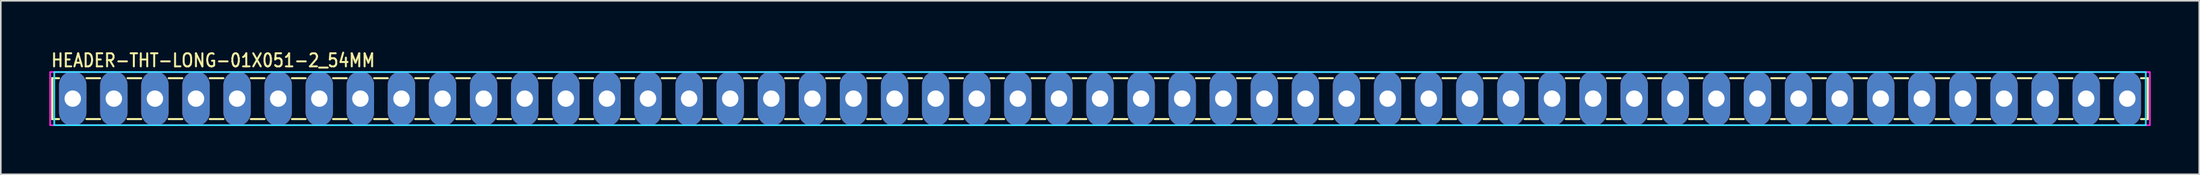
<source format=kicad_pcb>
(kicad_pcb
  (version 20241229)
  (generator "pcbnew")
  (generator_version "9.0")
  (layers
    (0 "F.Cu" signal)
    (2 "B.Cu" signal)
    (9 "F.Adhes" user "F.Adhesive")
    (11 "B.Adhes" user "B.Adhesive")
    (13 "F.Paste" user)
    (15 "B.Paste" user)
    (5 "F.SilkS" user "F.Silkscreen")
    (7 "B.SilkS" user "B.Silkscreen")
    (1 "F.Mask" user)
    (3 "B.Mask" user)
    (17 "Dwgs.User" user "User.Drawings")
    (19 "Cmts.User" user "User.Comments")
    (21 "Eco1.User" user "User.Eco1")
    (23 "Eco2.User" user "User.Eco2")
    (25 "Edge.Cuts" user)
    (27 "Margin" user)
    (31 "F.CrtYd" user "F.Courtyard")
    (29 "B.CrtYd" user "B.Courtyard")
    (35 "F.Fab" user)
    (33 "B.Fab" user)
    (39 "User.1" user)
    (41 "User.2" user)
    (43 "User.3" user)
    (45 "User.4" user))
  (footprint "HEADER-THT-LONG-01X051-2_54MM"
    (layer "F.Cu")
    (at 1.447 3.079)
    (property "Reference" "HEADER-THT-LONG-01X051-2_54MM" (at -1.4 -1.9 0) (unlocked yes) (layer "F.SilkS") (effects (font (size 0.813 0.695) (thickness 0.122)) (justify left bottom)))
    (fp_line (start -1.27 -1.27) (end -1.27 1.27) (stroke (width 0.127) (type solid)) (layer "F.SilkS"))
    (fp_line (start -1.27 1.27) (end -0.85 1.27) (stroke (width 0.127) (type solid)) (layer "F.SilkS"))
    (fp_line (start -0.85 -1.27) (end -1.27 -1.27) (stroke (width 0.127) (type solid)) (layer "F.SilkS"))
    (fp_line (start 0.85 -1.27) (end 1.69 -1.27) (stroke (width 0.127) (type solid)) (layer "F.SilkS"))
    (fp_line (start 0.85 1.27) (end 1.69 1.27) (stroke (width 0.127) (type solid)) (layer "F.SilkS"))
    (fp_line (start 3.39 -1.27) (end 4.23 -1.27) (stroke (width 0.127) (type solid)) (layer "F.SilkS"))
    (fp_line (start 3.39 1.27) (end 4.23 1.27) (stroke (width 0.127) (type solid)) (layer "F.SilkS"))
    (fp_line (start 5.93 -1.27) (end 6.77 -1.27) (stroke (width 0.127) (type solid)) (layer "F.SilkS"))
    (fp_line (start 5.93 1.27) (end 6.77 1.27) (stroke (width 0.127) (type solid)) (layer "F.SilkS"))
    (fp_line (start 8.47 -1.27) (end 9.31 -1.27) (stroke (width 0.127) (type solid)) (layer "F.SilkS"))
    (fp_line (start 8.47 1.27) (end 9.31 1.27) (stroke (width 0.127) (type solid)) (layer "F.SilkS"))
    (fp_line (start 11.01 -1.27) (end 11.85 -1.27) (stroke (width 0.127) (type solid)) (layer "F.SilkS"))
    (fp_line (start 11.01 1.27) (end 11.85 1.27) (stroke (width 0.127) (type solid)) (layer "F.SilkS"))
    (fp_line (start 13.55 -1.27) (end 14.39 -1.27) (stroke (width 0.127) (type solid)) (layer "F.SilkS"))
    (fp_line (start 13.55 1.27) (end 14.39 1.27) (stroke (width 0.127) (type solid)) (layer "F.SilkS"))
    (fp_line (start 16.09 -1.27) (end 16.93 -1.27) (stroke (width 0.127) (type solid)) (layer "F.SilkS"))
    (fp_line (start 16.09 1.27) (end 16.93 1.27) (stroke (width 0.127) (type solid)) (layer "F.SilkS"))
    (fp_line (start 18.63 -1.27) (end 19.47 -1.27) (stroke (width 0.127) (type solid)) (layer "F.SilkS"))
    (fp_line (start 18.63 1.27) (end 19.47 1.27) (stroke (width 0.127) (type solid)) (layer "F.SilkS"))
    (fp_line (start 21.17 -1.27) (end 22.01 -1.27) (stroke (width 0.127) (type solid)) (layer "F.SilkS"))
    (fp_line (start 21.17 1.27) (end 22.01 1.27) (stroke (width 0.127) (type solid)) (layer "F.SilkS"))
    (fp_line (start 23.71 -1.27) (end 24.55 -1.27) (stroke (width 0.127) (type solid)) (layer "F.SilkS"))
    (fp_line (start 23.71 1.27) (end 24.55 1.27) (stroke (width 0.127) (type solid)) (layer "F.SilkS"))
    (fp_line (start 26.25 -1.27) (end 27.09 -1.27) (stroke (width 0.127) (type solid)) (layer "F.SilkS"))
    (fp_line (start 26.25 1.27) (end 27.09 1.27) (stroke (width 0.127) (type solid)) (layer "F.SilkS"))
    (fp_line (start 28.79 -1.27) (end 29.63 -1.27) (stroke (width 0.127) (type solid)) (layer "F.SilkS"))
    (fp_line (start 28.79 1.27) (end 29.63 1.27) (stroke (width 0.127) (type solid)) (layer "F.SilkS"))
    (fp_line (start 31.33 -1.27) (end 32.17 -1.27) (stroke (width 0.127) (type solid)) (layer "F.SilkS"))
    (fp_line (start 31.33 1.27) (end 32.17 1.27) (stroke (width 0.127) (type solid)) (layer "F.SilkS"))
    (fp_line (start 33.87 -1.27) (end 34.71 -1.27) (stroke (width 0.127) (type solid)) (layer "F.SilkS"))
    (fp_line (start 33.87 1.27) (end 34.71 1.27) (stroke (width 0.127) (type solid)) (layer "F.SilkS"))
    (fp_line (start 36.41 -1.27) (end 37.25 -1.27) (stroke (width 0.127) (type solid)) (layer "F.SilkS"))
    (fp_line (start 36.41 1.27) (end 37.25 1.27) (stroke (width 0.127) (type solid)) (layer "F.SilkS"))
    (fp_line (start 38.95 -1.27) (end 39.79 -1.27) (stroke (width 0.127) (type solid)) (layer "F.SilkS"))
    (fp_line (start 38.95 1.27) (end 39.79 1.27) (stroke (width 0.127) (type solid)) (layer "F.SilkS"))
    (fp_line (start 41.49 -1.27) (end 42.33 -1.27) (stroke (width 0.127) (type solid)) (layer "F.SilkS"))
    (fp_line (start 41.49 1.27) (end 42.33 1.27) (stroke (width 0.127) (type solid)) (layer "F.SilkS"))
    (fp_line (start 44.03 -1.27) (end 44.87 -1.27) (stroke (width 0.127) (type solid)) (layer "F.SilkS"))
    (fp_line (start 44.03 1.27) (end 44.87 1.27) (stroke (width 0.127) (type solid)) (layer "F.SilkS"))
    (fp_line (start 46.57 -1.27) (end 47.41 -1.27) (stroke (width 0.127) (type solid)) (layer "F.SilkS"))
    (fp_line (start 46.57 1.27) (end 47.41 1.27) (stroke (width 0.127) (type solid)) (layer "F.SilkS"))
    (fp_line (start 49.11 -1.27) (end 49.95 -1.27) (stroke (width 0.127) (type solid)) (layer "F.SilkS"))
    (fp_line (start 49.11 1.27) (end 49.95 1.27) (stroke (width 0.127) (type solid)) (layer "F.SilkS"))
    (fp_line (start 51.65 -1.27) (end 52.49 -1.27) (stroke (width 0.127) (type solid)) (layer "F.SilkS"))
    (fp_line (start 51.65 1.27) (end 52.49 1.27) (stroke (width 0.127) (type solid)) (layer "F.SilkS"))
    (fp_line (start 54.19 -1.27) (end 55.03 -1.27) (stroke (width 0.127) (type solid)) (layer "F.SilkS"))
    (fp_line (start 54.19 1.27) (end 55.03 1.27) (stroke (width 0.127) (type solid)) (layer "F.SilkS"))
    (fp_line (start 56.73 -1.27) (end 57.57 -1.27) (stroke (width 0.127) (type solid)) (layer "F.SilkS"))
    (fp_line (start 56.73 1.27) (end 57.57 1.27) (stroke (width 0.127) (type solid)) (layer "F.SilkS"))
    (fp_line (start 59.27 -1.27) (end 60.11 -1.27) (stroke (width 0.127) (type solid)) (layer "F.SilkS"))
    (fp_line (start 59.27 1.27) (end 60.11 1.27) (stroke (width 0.127) (type solid)) (layer "F.SilkS"))
    (fp_line (start 61.81 -1.27) (end 62.65 -1.27) (stroke (width 0.127) (type solid)) (layer "F.SilkS"))
    (fp_line (start 61.81 1.27) (end 62.65 1.27) (stroke (width 0.127) (type solid)) (layer "F.SilkS"))
    (fp_line (start 64.35 -1.27) (end 65.19 -1.27) (stroke (width 0.127) (type solid)) (layer "F.SilkS"))
    (fp_line (start 64.35 1.27) (end 65.19 1.27) (stroke (width 0.127) (type solid)) (layer "F.SilkS"))
    (fp_line (start 66.89 -1.27) (end 67.73 -1.27) (stroke (width 0.127) (type solid)) (layer "F.SilkS"))
    (fp_line (start 66.89 1.27) (end 67.73 1.27) (stroke (width 0.127) (type solid)) (layer "F.SilkS"))
    (fp_line (start 69.43 -1.27) (end 70.27 -1.27) (stroke (width 0.127) (type solid)) (layer "F.SilkS"))
    (fp_line (start 69.43 1.27) (end 70.27 1.27) (stroke (width 0.127) (type solid)) (layer "F.SilkS"))
    (fp_line (start 71.97 -1.27) (end 72.81 -1.27) (stroke (width 0.127) (type solid)) (layer "F.SilkS"))
    (fp_line (start 71.97 1.27) (end 72.81 1.27) (stroke (width 0.127) (type solid)) (layer "F.SilkS"))
    (fp_line (start 74.51 -1.27) (end 75.35 -1.27) (stroke (width 0.127) (type solid)) (layer "F.SilkS"))
    (fp_line (start 74.51 1.27) (end 75.35 1.27) (stroke (width 0.127) (type solid)) (layer "F.SilkS"))
    (fp_line (start 77.05 -1.27) (end 77.89 -1.27) (stroke (width 0.127) (type solid)) (layer "F.SilkS"))
    (fp_line (start 77.05 1.27) (end 77.89 1.27) (stroke (width 0.127) (type solid)) (layer "F.SilkS"))
    (fp_line (start 79.59 -1.27) (end 80.43 -1.27) (stroke (width 0.127) (type solid)) (layer "F.SilkS"))
    (fp_line (start 79.59 1.27) (end 80.43 1.27) (stroke (width 0.127) (type solid)) (layer "F.SilkS"))
    (fp_line (start 82.13 -1.27) (end 82.97 -1.27) (stroke (width 0.127) (type solid)) (layer "F.SilkS"))
    (fp_line (start 82.13 1.27) (end 82.97 1.27) (stroke (width 0.127) (type solid)) (layer "F.SilkS"))
    (fp_line (start 84.67 -1.27) (end 85.51 -1.27) (stroke (width 0.127) (type solid)) (layer "F.SilkS"))
    (fp_line (start 84.67 1.27) (end 85.51 1.27) (stroke (width 0.127) (type solid)) (layer "F.SilkS"))
    (fp_line (start 87.21 -1.27) (end 88.05 -1.27) (stroke (width 0.127) (type solid)) (layer "F.SilkS"))
    (fp_line (start 87.21 1.27) (end 88.05 1.27) (stroke (width 0.127) (type solid)) (layer "F.SilkS"))
    (fp_line (start 89.75 -1.27) (end 90.59 -1.27) (stroke (width 0.127) (type solid)) (layer "F.SilkS"))
    (fp_line (start 89.75 1.27) (end 90.59 1.27) (stroke (width 0.127) (type solid)) (layer "F.SilkS"))
    (fp_line (start 92.29 -1.27) (end 93.13 -1.27) (stroke (width 0.127) (type solid)) (layer "F.SilkS"))
    (fp_line (start 92.29 1.27) (end 93.13 1.27) (stroke (width 0.127) (type solid)) (layer "F.SilkS"))
    (fp_line (start 94.83 -1.27) (end 95.67 -1.27) (stroke (width 0.127) (type solid)) (layer "F.SilkS"))
    (fp_line (start 94.83 1.27) (end 95.67 1.27) (stroke (width 0.127) (type solid)) (layer "F.SilkS"))
    (fp_line (start 97.37 -1.27) (end 98.21 -1.27) (stroke (width 0.127) (type solid)) (layer "F.SilkS"))
    (fp_line (start 97.37 1.27) (end 98.21 1.27) (stroke (width 0.127) (type solid)) (layer "F.SilkS"))
    (fp_line (start 99.91 -1.27) (end 100.75 -1.27) (stroke (width 0.127) (type solid)) (layer "F.SilkS"))
    (fp_line (start 99.91 1.27) (end 100.75 1.27) (stroke (width 0.127) (type solid)) (layer "F.SilkS"))
    (fp_line (start 102.45 -1.27) (end 103.29 -1.27) (stroke (width 0.127) (type solid)) (layer "F.SilkS"))
    (fp_line (start 102.45 1.27) (end 103.29 1.27) (stroke (width 0.127) (type solid)) (layer "F.SilkS"))
    (fp_line (start 104.99 -1.27) (end 105.83 -1.27) (stroke (width 0.127) (type solid)) (layer "F.SilkS"))
    (fp_line (start 104.99 1.27) (end 105.83 1.27) (stroke (width 0.127) (type solid)) (layer "F.SilkS"))
    (fp_line (start 107.53 -1.27) (end 108.37 -1.27) (stroke (width 0.127) (type solid)) (layer "F.SilkS"))
    (fp_line (start 107.53 1.27) (end 108.37 1.27) (stroke (width 0.127) (type solid)) (layer "F.SilkS"))
    (fp_line (start 110.07 -1.27) (end 110.91 -1.27) (stroke (width 0.127) (type solid)) (layer "F.SilkS"))
    (fp_line (start 110.07 1.27) (end 110.91 1.27) (stroke (width 0.127) (type solid)) (layer "F.SilkS"))
    (fp_line (start 112.61 -1.27) (end 113.45 -1.27) (stroke (width 0.127) (type solid)) (layer "F.SilkS"))
    (fp_line (start 112.61 1.27) (end 113.45 1.27) (stroke (width 0.127) (type solid)) (layer "F.SilkS"))
    (fp_line (start 115.15 -1.27) (end 115.99 -1.27) (stroke (width 0.127) (type solid)) (layer "F.SilkS"))
    (fp_line (start 115.15 1.27) (end 115.99 1.27) (stroke (width 0.127) (type solid)) (layer "F.SilkS"))
    (fp_line (start 117.69 -1.27) (end 118.53 -1.27) (stroke (width 0.127) (type solid)) (layer "F.SilkS"))
    (fp_line (start 117.69 1.27) (end 118.53 1.27) (stroke (width 0.127) (type solid)) (layer "F.SilkS"))
    (fp_line (start 120.23 -1.27) (end 121.07 -1.27) (stroke (width 0.127) (type solid)) (layer "F.SilkS"))
    (fp_line (start 120.23 1.27) (end 121.07 1.27) (stroke (width 0.127) (type solid)) (layer "F.SilkS"))
    (fp_line (start 122.77 -1.27) (end 123.61 -1.27) (stroke (width 0.127) (type solid)) (layer "F.SilkS"))
    (fp_line (start 122.77 1.27) (end 123.61 1.27) (stroke (width 0.127) (type solid)) (layer "F.SilkS"))
    (fp_line (start 125.31 -1.27) (end 126.15 -1.27) (stroke (width 0.127) (type solid)) (layer "F.SilkS"))
    (fp_line (start 125.31 1.27) (end 126.15 1.27) (stroke (width 0.127) (type solid)) (layer "F.SilkS"))
    (fp_line (start 127.85 -1.27) (end 128.27 -1.27) (stroke (width 0.127) (type solid)) (layer "F.SilkS"))
    (fp_line (start 128.27 -1.27) (end 128.27 1.27) (stroke (width 0.127) (type solid)) (layer "F.SilkS"))
    (fp_line (start 128.27 1.27) (end 127.85 1.27) (stroke (width 0.127) (type solid)) (layer "F.SilkS"))
    (fp_poly (pts (xy -1.143 -1.651) (xy 128.143 -1.651) (xy 128.143 1.651) (xy -1.143 1.651)) (stroke (width 0.1) (type solid)) (fill no) (layer "B.CrtYd"))
    (fp_poly (pts (xy -1.397 -1.651) (xy 128.397 -1.651) (xy 128.397 1.651) (xy -1.397 1.651)) (stroke (width 0.1) (type solid)) (fill no) (layer "F.CrtYd"))
    (pad "P$1" thru_hole oval (at 0 0 90) (size 3.387 1.693) (drill 1.016) (layers "*.Cu" "*.Mask"))
    (pad "P$2" thru_hole oval (at 2.54 0 90) (size 3.387 1.693) (drill 1.016) (layers "*.Cu" "*.Mask"))
    (pad "P$3" thru_hole oval (at 5.08 0 90) (size 3.387 1.693) (drill 1.016) (layers "*.Cu" "*.Mask"))
    (pad "P$4" thru_hole oval (at 7.62 0 90) (size 3.387 1.693) (drill 1.016) (layers "*.Cu" "*.Mask"))
    (pad "P$5" thru_hole oval (at 10.16 0 90) (size 3.387 1.693) (drill 1.016) (layers "*.Cu" "*.Mask"))
    (pad "P$6" thru_hole oval (at 12.7 0 90) (size 3.387 1.693) (drill 1.016) (layers "*.Cu" "*.Mask"))
    (pad "P$7" thru_hole oval (at 15.24 0 90) (size 3.387 1.693) (drill 1.016) (layers "*.Cu" "*.Mask"))
    (pad "P$8" thru_hole oval (at 17.78 0 90) (size 3.387 1.693) (drill 1.016) (layers "*.Cu" "*.Mask"))
    (pad "P$9" thru_hole oval (at 20.32 0 90) (size 3.387 1.693) (drill 1.016) (layers "*.Cu" "*.Mask"))
    (pad "P$10" thru_hole oval (at 22.86 0 90) (size 3.387 1.693) (drill 1.016) (layers "*.Cu" "*.Mask"))
    (pad "P$11" thru_hole oval (at 25.4 0 90) (size 3.387 1.693) (drill 1.016) (layers "*.Cu" "*.Mask"))
    (pad "P$12" thru_hole oval (at 27.94 0 90) (size 3.387 1.693) (drill 1.016) (layers "*.Cu" "*.Mask"))
    (pad "P$13" thru_hole oval (at 30.48 0 90) (size 3.387 1.693) (drill 1.016) (layers "*.Cu" "*.Mask"))
    (pad "P$14" thru_hole oval (at 33.02 0 90) (size 3.387 1.693) (drill 1.016) (layers "*.Cu" "*.Mask"))
    (pad "P$15" thru_hole oval (at 35.56 0 90) (size 3.387 1.693) (drill 1.016) (layers "*.Cu" "*.Mask"))
    (pad "P$16" thru_hole oval (at 38.1 0 90) (size 3.387 1.693) (drill 1.016) (layers "*.Cu" "*.Mask"))
    (pad "P$17" thru_hole oval (at 40.64 0 90) (size 3.387 1.693) (drill 1.016) (layers "*.Cu" "*.Mask"))
    (pad "P$18" thru_hole oval (at 43.18 0 90) (size 3.387 1.693) (drill 1.016) (layers "*.Cu" "*.Mask"))
    (pad "P$19" thru_hole oval (at 45.72 0 90) (size 3.387 1.693) (drill 1.016) (layers "*.Cu" "*.Mask"))
    (pad "P$20" thru_hole oval (at 48.26 0 90) (size 3.387 1.693) (drill 1.016) (layers "*.Cu" "*.Mask"))
    (pad "P$21" thru_hole oval (at 50.8 0 90) (size 3.387 1.693) (drill 1.016) (layers "*.Cu" "*.Mask"))
    (pad "P$22" thru_hole oval (at 53.34 0 90) (size 3.387 1.693) (drill 1.016) (layers "*.Cu" "*.Mask"))
    (pad "P$23" thru_hole oval (at 55.88 0 90) (size 3.387 1.693) (drill 1.016) (layers "*.Cu" "*.Mask"))
    (pad "P$24" thru_hole oval (at 58.42 0 90) (size 3.387 1.693) (drill 1.016) (layers "*.Cu" "*.Mask"))
    (pad "P$25" thru_hole oval (at 60.96 0 90) (size 3.387 1.693) (drill 1.016) (layers "*.Cu" "*.Mask"))
    (pad "P$26" thru_hole oval (at 63.5 0 90) (size 3.387 1.693) (drill 1.016) (layers "*.Cu" "*.Mask"))
    (pad "P$27" thru_hole oval (at 66.04 0 90) (size 3.387 1.693) (drill 1.016) (layers "*.Cu" "*.Mask"))
    (pad "P$28" thru_hole oval (at 68.58 0 90) (size 3.387 1.693) (drill 1.016) (layers "*.Cu" "*.Mask"))
    (pad "P$29" thru_hole oval (at 71.12 0 90) (size 3.387 1.693) (drill 1.016) (layers "*.Cu" "*.Mask"))
    (pad "P$30" thru_hole oval (at 73.66 0 90) (size 3.387 1.693) (drill 1.016) (layers "*.Cu" "*.Mask"))
    (pad "P$31" thru_hole oval (at 76.2 0 90) (size 3.387 1.693) (drill 1.016) (layers "*.Cu" "*.Mask"))
    (pad "P$32" thru_hole oval (at 78.74 0 90) (size 3.387 1.693) (drill 1.016) (layers "*.Cu" "*.Mask"))
    (pad "P$33" thru_hole oval (at 81.28 0 90) (size 3.387 1.693) (drill 1.016) (layers "*.Cu" "*.Mask"))
    (pad "P$34" thru_hole oval (at 83.82 0 90) (size 3.387 1.693) (drill 1.016) (layers "*.Cu" "*.Mask"))
    (pad "P$35" thru_hole oval (at 86.36 0 90) (size 3.387 1.693) (drill 1.016) (layers "*.Cu" "*.Mask"))
    (pad "P$36" thru_hole oval (at 88.9 0 90) (size 3.387 1.693) (drill 1.016) (layers "*.Cu" "*.Mask"))
    (pad "P$37" thru_hole oval (at 91.44 0 90) (size 3.387 1.693) (drill 1.016) (layers "*.Cu" "*.Mask"))
    (pad "P$38" thru_hole oval (at 93.98 0 90) (size 3.387 1.693) (drill 1.016) (layers "*.Cu" "*.Mask"))
    (pad "P$39" thru_hole oval (at 96.52 0 90) (size 3.387 1.693) (drill 1.016) (layers "*.Cu" "*.Mask"))
    (pad "P$40" thru_hole oval (at 99.06 0 90) (size 3.387 1.693) (drill 1.016) (layers "*.Cu" "*.Mask"))
    (pad "P$41" thru_hole oval (at 101.6 0 90) (size 3.387 1.693) (drill 1.016) (layers "*.Cu" "*.Mask"))
    (pad "P$42" thru_hole oval (at 104.14 0 90) (size 3.387 1.693) (drill 1.016) (layers "*.Cu" "*.Mask"))
    (pad "P$43" thru_hole oval (at 106.68 0 90) (size 3.387 1.693) (drill 1.016) (layers "*.Cu" "*.Mask"))
    (pad "P$44" thru_hole oval (at 109.22 0 90) (size 3.387 1.693) (drill 1.016) (layers "*.Cu" "*.Mask"))
    (pad "P$45" thru_hole oval (at 111.76 0 90) (size 3.387 1.693) (drill 1.016) (layers "*.Cu" "*.Mask"))
    (pad "P$46" thru_hole oval (at 114.3 0 90) (size 3.387 1.693) (drill 1.016) (layers "*.Cu" "*.Mask"))
    (pad "P$47" thru_hole oval (at 116.84 0 90) (size 3.387 1.693) (drill 1.016) (layers "*.Cu" "*.Mask"))
    (pad "P$48" thru_hole oval (at 119.38 0 90) (size 3.387 1.693) (drill 1.016) (layers "*.Cu" "*.Mask"))
    (pad "P$49" thru_hole oval (at 121.92 0 90) (size 3.387 1.693) (drill 1.016) (layers "*.Cu" "*.Mask"))
    (pad "P$50" thru_hole oval (at 124.46 0 90) (size 3.387 1.693) (drill 1.016) (layers "*.Cu" "*.Mask"))
    (pad "P$51" thru_hole oval (at 127 0 90) (size 3.387 1.693) (drill 1.016) (layers "*.Cu" "*.Mask")))
  (gr_rect
    (start -3 -3)
    (end 132.894 7.78)
    (stroke (width 0.1) (type default))
    (fill no)
    (layer "Edge.Cuts")))
</source>
